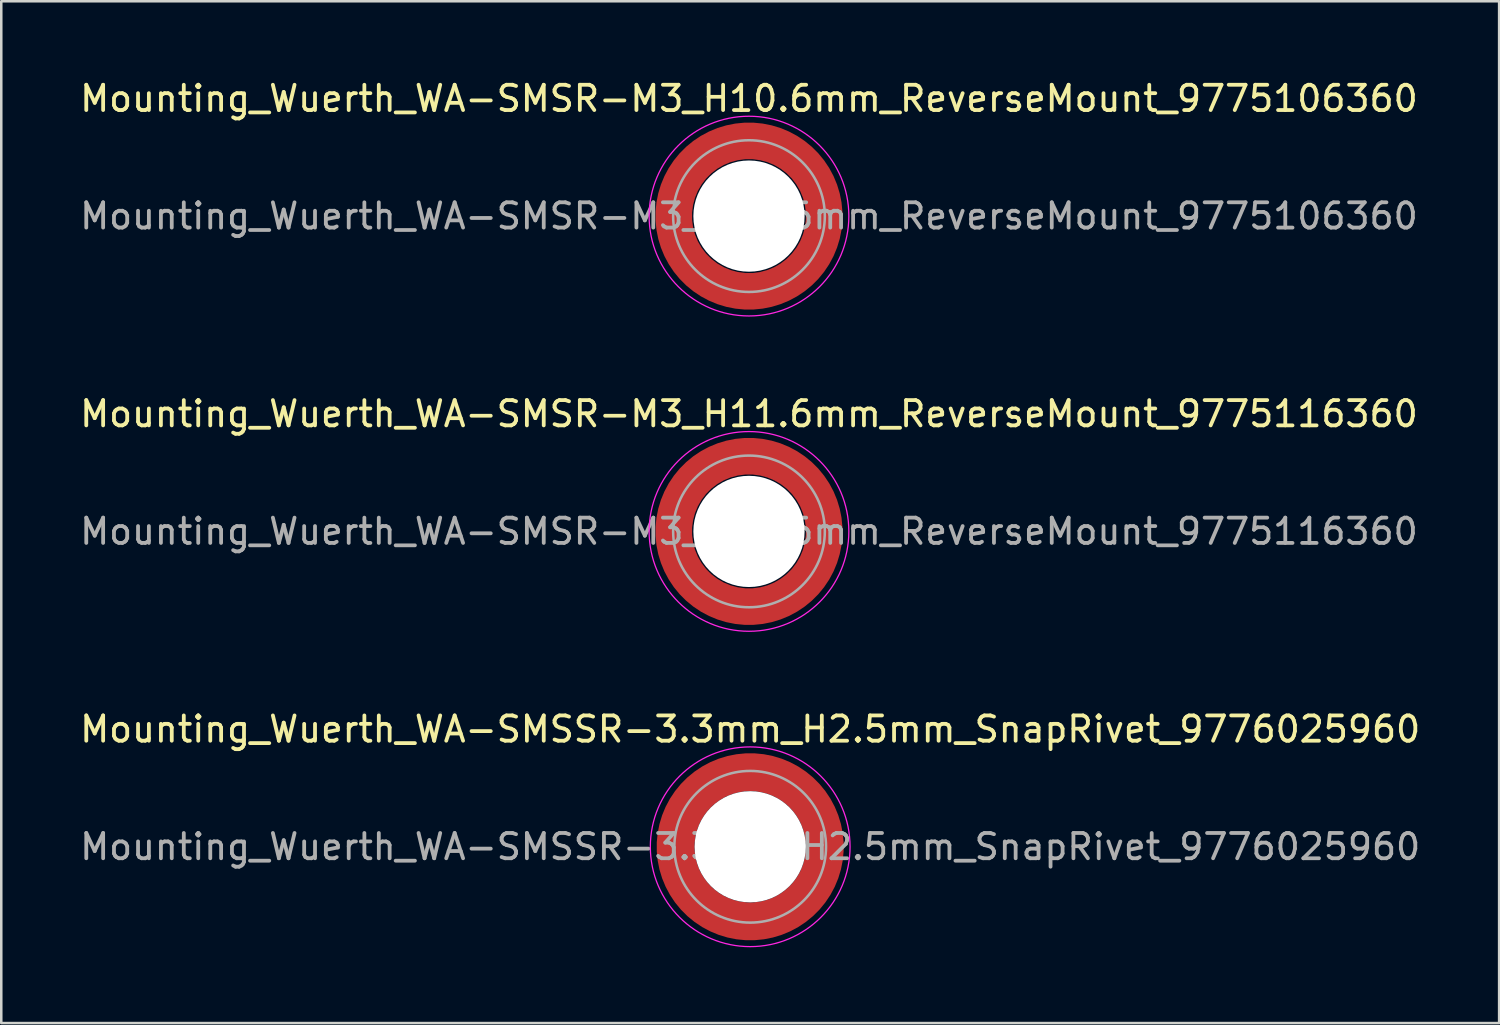
<source format=kicad_pcb>
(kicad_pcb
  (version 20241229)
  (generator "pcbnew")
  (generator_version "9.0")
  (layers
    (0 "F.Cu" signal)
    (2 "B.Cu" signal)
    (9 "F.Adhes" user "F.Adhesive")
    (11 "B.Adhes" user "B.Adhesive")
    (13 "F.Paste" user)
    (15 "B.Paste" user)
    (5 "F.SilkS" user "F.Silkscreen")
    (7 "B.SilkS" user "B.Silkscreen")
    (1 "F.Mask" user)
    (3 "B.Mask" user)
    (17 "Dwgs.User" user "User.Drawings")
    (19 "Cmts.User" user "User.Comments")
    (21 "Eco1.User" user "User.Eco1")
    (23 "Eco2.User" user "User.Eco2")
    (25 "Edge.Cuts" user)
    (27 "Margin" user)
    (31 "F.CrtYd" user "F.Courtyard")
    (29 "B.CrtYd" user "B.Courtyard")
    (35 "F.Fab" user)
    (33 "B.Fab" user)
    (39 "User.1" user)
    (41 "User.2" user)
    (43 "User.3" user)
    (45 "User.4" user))
  (footprint "Mounting_Wuerth_WA-SMSSR-3.3mm_H2.5mm_SnapRivet_9776025960"
    (layer "F.Cu")
    (at 26.625 30.445)
    (property "Reference" "Mounting_Wuerth_WA-SMSSR-3.3mm_H2.5mm_SnapRivet_9776025960" (at 0 -4.65 0) (layer "F.SilkS") (effects (font (size 1 1) (thickness 0.15))))
    (attr smd)
    (fp_circle (center 0 0) (end 3.95 0) (stroke (width 0.05) (type solid)) (fill no) (layer "F.CrtYd"))
    (fp_circle (center 0 0) (end 3 0) (stroke (width 0.1) (type solid)) (fill no) (layer "F.Fab"))
    (fp_text user "${REFERENCE}" (at 0 0 0) (layer "F.Fab") (effects (font (size 1 1) (thickness 0.15))))
    (pad "" smd custom (at -2.077 -2.077) (size 0.995 0.995) (layers "F.Paste") (options (anchor circle)) (primitives (gr_arc (start -0.208831 1.577126) (mid 0.422144 0.422848) (end 1.576154 -0.208618) (width 0.2)) (gr_arc (start -0.310669 1.577126) (mid 0.35138 0.35278) (end 1.575188 -0.310262) (width 0.2)) (gr_arc (start -0.412325 1.577126) (mid 0.280305 0.283024) (end 1.573357 -0.411565) (width 0.2)) (gr_arc (start -0.51382 1.577126) (mid 0.210358 0.212139) (end 1.574653 -0.513342) (width 0.2)) (gr_arc (start -0.615172 1.577126) (mid 0.139846 0.141818) (end 1.574384 -0.614661) (width 0.2)) (gr_arc (start -0.716397 1.577126) (mid 0.070334 0.070498) (end 1.576898 -0.716356) (width 0.2)) (gr_arc (start -0.817508 1.577126) (mid -0.001805 0.001807) (end 1.572094 -0.816633) (width 0.2)) (gr_arc (start -0.918517 1.577126) (mid -0.071322 -0.06951) (end 1.574599 -0.918094) (width 0.2)) (gr_arc (start -1.019433 1.577126) (mid -0.141902 -0.139762) (end 1.574138 -1.018949) (width 0.2)) (gr_arc (start -1.120266 1.577126) (mid -0.211736 -0.210761) (end 1.575763 -1.120053) (width 0.2)) (gr_arc (start -1.221022 1.577126) (mid -0.282882 -0.280446) (end 1.57372 -1.220505) (width 0.2)) (gr_arc (start -1.32171 1.577126) (mid -0.353407 -0.350753) (end 1.573414 -1.321162) (width 0.2)) (gr_arc (start -1.422335 1.577126) (mid -0.423311 -0.421682) (end 1.574846 -1.422009) (width 0.2)) (gr_line (start 1.577 -0.209) (end 1.577 -1.422) (width 0.2)) (gr_line (start -0.209 1.577) (end -1.422 1.577) (width 0.2))))
    (pad "" smd custom (at -2.077 2.077) (size 0.995 0.995) (layers "F.Paste") (options (anchor circle)) (primitives (gr_arc (start 1.577126 0.208831) (mid 0.422848 -0.422144) (end -0.208618 -1.576154) (width 0.2)) (gr_arc (start 1.577126 0.310669) (mid 0.35278 -0.35138) (end -0.310262 -1.575188) (width 0.2)) (gr_arc (start 1.577126 0.412325) (mid 0.283024 -0.280305) (end -0.411565 -1.573357) (width 0.2)) (gr_arc (start 1.577126 0.51382) (mid 0.212139 -0.210358) (end -0.513342 -1.574653) (width 0.2)) (gr_arc (start 1.577126 0.615172) (mid 0.141818 -0.139846) (end -0.614661 -1.574384) (width 0.2)) (gr_arc (start 1.577126 0.716397) (mid 0.070498 -0.070334) (end -0.716356 -1.576898) (width 0.2)) (gr_arc (start 1.577126 0.817508) (mid 0.001807 0.001805) (end -0.816633 -1.572094) (width 0.2)) (gr_arc (start 1.577126 0.918517) (mid -0.06951 0.071322) (end -0.918094 -1.574599) (width 0.2)) (gr_arc (start 1.577126 1.019433) (mid -0.139762 0.141902) (end -1.018949 -1.574138) (width 0.2)) (gr_arc (start 1.577126 1.120266) (mid -0.210761 0.211736) (end -1.120053 -1.575763) (width 0.2)) (gr_arc (start 1.577126 1.221022) (mid -0.280446 0.282882) (end -1.220505 -1.57372) (width 0.2)) (gr_arc (start 1.577126 1.32171) (mid -0.350753 0.353407) (end -1.321162 -1.573414) (width 0.2)) (gr_arc (start 1.577126 1.422335) (mid -0.421682 0.423311) (end -1.422009 -1.574846) (width 0.2)) (gr_line (start -0.209 -1.577) (end -1.422 -1.577) (width 0.2)) (gr_line (start 1.577 0.209) (end 1.577 1.422) (width 0.2))))
    (pad "" np_thru_hole circle (at 0 0) (size 4.4 4.4) (drill 4.4) (layers "*.Cu" "*.Mask"))
    (pad "" smd custom (at 2.077 -2.077) (size 0.995 0.995) (layers "F.Paste") (options (anchor circle)) (primitives (gr_arc (start -1.577126 -0.208831) (mid -0.422848 0.422144) (end 0.208618 1.576154) (width 0.2)) (gr_arc (start -1.577126 -0.310669) (mid -0.35278 0.35138) (end 0.310262 1.575188) (width 0.2)) (gr_arc (start -1.577126 -0.412325) (mid -0.283024 0.280305) (end 0.411565 1.573357) (width 0.2)) (gr_arc (start -1.577126 -0.51382) (mid -0.212139 0.210358) (end 0.513342 1.574653) (width 0.2)) (gr_arc (start -1.577126 -0.615172) (mid -0.141818 0.139846) (end 0.614661 1.574384) (width 0.2)) (gr_arc (start -1.577126 -0.716397) (mid -0.070498 0.070334) (end 0.716356 1.576898) (width 0.2)) (gr_arc (start -1.577126 -0.817508) (mid -0.001807 -0.001805) (end 0.816633 1.572094) (width 0.2)) (gr_arc (start -1.577126 -0.918517) (mid 0.06951 -0.071322) (end 0.918094 1.574599) (width 0.2)) (gr_arc (start -1.577126 -1.019433) (mid 0.139762 -0.141902) (end 1.018949 1.574138) (width 0.2)) (gr_arc (start -1.577126 -1.120266) (mid 0.210761 -0.211736) (end 1.120053 1.575763) (width 0.2)) (gr_arc (start -1.577126 -1.221022) (mid 0.280446 -0.282882) (end 1.220505 1.57372) (width 0.2)) (gr_arc (start -1.577126 -1.32171) (mid 0.350753 -0.353407) (end 1.321162 1.573414) (width 0.2)) (gr_arc (start -1.577126 -1.422335) (mid 0.421682 -0.423311) (end 1.422009 1.574846) (width 0.2)) (gr_line (start 0.209 1.577) (end 1.422 1.577) (width 0.2)) (gr_line (start -1.577 -0.209) (end -1.577 -1.422) (width 0.2))))
    (pad "" smd custom (at 2.077 2.077) (size 0.995 0.995) (layers "F.Paste") (options (anchor circle)) (primitives (gr_arc (start 0.208831 -1.577126) (mid -0.422144 -0.422848) (end -1.576154 0.208618) (width 0.2)) (gr_arc (start 0.310669 -1.577126) (mid -0.35138 -0.35278) (end -1.575188 0.310262) (width 0.2)) (gr_arc (start 0.412325 -1.577126) (mid -0.280305 -0.283024) (end -1.573357 0.411565) (width 0.2)) (gr_arc (start 0.51382 -1.577126) (mid -0.210358 -0.212139) (end -1.574653 0.513342) (width 0.2)) (gr_arc (start 0.615172 -1.577126) (mid -0.139846 -0.141818) (end -1.574384 0.614661) (width 0.2)) (gr_arc (start 0.716397 -1.577126) (mid -0.070334 -0.070498) (end -1.576898 0.716356) (width 0.2)) (gr_arc (start 0.817508 -1.577126) (mid 0.001805 -0.001807) (end -1.572094 0.816633) (width 0.2)) (gr_arc (start 0.918517 -1.577126) (mid 0.071322 0.06951) (end -1.574599 0.918094) (width 0.2)) (gr_arc (start 1.019433 -1.577126) (mid 0.141902 0.139762) (end -1.574138 1.018949) (width 0.2)) (gr_arc (start 1.120266 -1.577126) (mid 0.211736 0.210761) (end -1.575763 1.120053) (width 0.2)) (gr_arc (start 1.221022 -1.577126) (mid 0.282882 0.280446) (end -1.57372 1.220505) (width 0.2)) (gr_arc (start 1.32171 -1.577126) (mid 0.353407 0.350753) (end -1.573414 1.321162) (width 0.2)) (gr_arc (start 1.422335 -1.577126) (mid 0.423311 0.421682) (end -1.574846 1.422009) (width 0.2)) (gr_line (start -1.577 0.209) (end -1.577 1.422) (width 0.2)) (gr_line (start 0.209 -1.577) (end 1.422 -1.577) (width 0.2))))
    (pad "1" smd circle (at -2.95 0) (size 1.1 1.1) (layers "F.Cu"))
    (pad "1" smd circle (at 0 -2.95) (size 1.1 1.1) (layers "F.Cu"))
    (pad "1" smd circle (at 0 2.95) (size 1.1 1.1) (layers "F.Cu"))
    (pad "1" smd custom (at 2.95 0) (size 1.1 1.1) (layers "F.Cu" "F.Mask") (options (anchor circle)) (primitives (gr_circle (center -2.95 0) (end 0 0) (width 1.5) (fill no)))))
  (footprint "Mounting_Wuerth_WA-SMSR-M3_H10.6mm_ReverseMount_9775106360"
    (layer "F.Cu")
    (at 26.577 5.498)
    (property "Reference" "Mounting_Wuerth_WA-SMSR-M3_H10.6mm_ReverseMount_9775106360" (at 0 -4.65 0) (layer "F.SilkS") (effects (font (size 1 1) (thickness 0.15))))
    (attr smd)
    (fp_circle (center 0 0) (end 3.95 0) (stroke (width 0.05) (type solid)) (fill no) (layer "F.CrtYd"))
    (fp_circle (center 0 0) (end 3 0) (stroke (width 0.1) (type solid)) (fill no) (layer "F.Fab"))
    (fp_text user "${REFERENCE}" (at 0 0 0) (layer "F.Fab") (effects (font (size 1 1) (thickness 0.15))))
    (pad "" smd custom (at -2.095 -2.095) (size 0.945 0.945) (layers "F.Paste") (options (anchor circle)) (primitives (gr_arc (start -0.24231 1.594804) (mid 0.404104 0.405534) (end 1.592827 -0.241886) (width 0.2)) (gr_arc (start -0.3398 1.594804) (mid 0.335987 0.338711) (end 1.591031 -0.339022) (width 0.2)) (gr_arc (start -0.437132 1.594804) (mid 0.268952 0.270807) (end 1.592231 -0.436623) (width 0.2)) (gr_arc (start -0.534324 1.594804) (mid 0.201345 0.203474) (end 1.591846 -0.53376) (width 0.2)) (gr_arc (start -0.631391 1.594804) (mid 0.134696 0.135183) (end 1.594126 -0.631267) (width 0.2)) (gr_arc (start -0.728345 1.594804) (mid 0.067234 0.067705) (end 1.594149 -0.728229) (width 0.2)) (gr_arc (start -0.825197 1.594804) (mid -0.001218 0.001219) (end 1.591408 -0.824614) (width 0.2)) (gr_arc (start -0.921958 1.594804) (mid -0.068952 -0.065985) (end 1.590665 -0.921269) (width 0.2)) (gr_arc (start -1.018637 1.594804) (mid -0.135972 -0.133906) (end 1.59192 -1.018172) (width 0.2)) (gr_arc (start -1.115239 1.594804) (mid -0.20428 -0.200537) (end 1.589574 -1.11442) (width 0.2)) (gr_arc (start -1.211773 1.594804) (mid -0.26993 -0.269828) (end 1.594662 -1.211752) (width 0.2)) (gr_arc (start -1.308244 1.594804) (mid -0.33911 -0.335587) (end 1.589875 -1.307516) (width 0.2)) (gr_arc (start -1.404657 1.594804) (mid -0.405633 -0.404004) (end 1.592524 -1.404331) (width 0.2)) (gr_arc (start -1.404657 1.594804) (mid -0.405633 -0.404004) (end 1.592524 -1.404331) (width 0.2)) (gr_line (start 1.595 -0.242) (end 1.595 -1.405) (width 0.2)) (gr_line (start -0.242 1.595) (end -1.405 1.595) (width 0.2))))
    (pad "" smd custom (at -2.095 2.095) (size 0.945 0.945) (layers "F.Paste") (options (anchor circle)) (primitives (gr_arc (start 1.594804 0.24231) (mid 0.405534 -0.404104) (end -0.241886 -1.592827) (width 0.2)) (gr_arc (start 1.594804 0.3398) (mid 0.338711 -0.335987) (end -0.339022 -1.591031) (width 0.2)) (gr_arc (start 1.594804 0.437132) (mid 0.270807 -0.268952) (end -0.436623 -1.592231) (width 0.2)) (gr_arc (start 1.594804 0.534324) (mid 0.203474 -0.201345) (end -0.53376 -1.591846) (width 0.2)) (gr_arc (start 1.594804 0.631391) (mid 0.135183 -0.134696) (end -0.631267 -1.594126) (width 0.2)) (gr_arc (start 1.594804 0.728345) (mid 0.067705 -0.067234) (end -0.728229 -1.594149) (width 0.2)) (gr_arc (start 1.594804 0.825197) (mid 0.001219 0.001218) (end -0.824614 -1.591408) (width 0.2)) (gr_arc (start 1.594804 0.921958) (mid -0.065985 0.068952) (end -0.921269 -1.590665) (width 0.2)) (gr_arc (start 1.594804 1.018637) (mid -0.133906 0.135972) (end -1.018172 -1.59192) (width 0.2)) (gr_arc (start 1.594804 1.115239) (mid -0.200537 0.20428) (end -1.11442 -1.589574) (width 0.2)) (gr_arc (start 1.594804 1.211773) (mid -0.269828 0.26993) (end -1.211752 -1.594662) (width 0.2)) (gr_arc (start 1.594804 1.308244) (mid -0.335587 0.33911) (end -1.307516 -1.589875) (width 0.2)) (gr_arc (start 1.594804 1.404657) (mid -0.404004 0.405633) (end -1.404331 -1.592524) (width 0.2)) (gr_arc (start 1.594804 1.404657) (mid -0.404004 0.405633) (end -1.404331 -1.592524) (width 0.2)) (gr_line (start -0.242 -1.595) (end -1.405 -1.595) (width 0.2)) (gr_line (start 1.595 0.242) (end 1.595 1.405) (width 0.2))))
    (pad "" np_thru_hole circle (at 0 0) (size 4.4 4.4) (drill 4.4) (layers "*.Cu" "*.Mask"))
    (pad "" smd custom (at 2.095 -2.095) (size 0.945 0.945) (layers "F.Paste") (options (anchor circle)) (primitives (gr_arc (start -1.594804 -0.24231) (mid -0.405534 0.404104) (end 0.241886 1.592827) (width 0.2)) (gr_arc (start -1.594804 -0.3398) (mid -0.338711 0.335987) (end 0.339022 1.591031) (width 0.2)) (gr_arc (start -1.594804 -0.437132) (mid -0.270807 0.268952) (end 0.436623 1.592231) (width 0.2)) (gr_arc (start -1.594804 -0.534324) (mid -0.203474 0.201345) (end 0.53376 1.591846) (width 0.2)) (gr_arc (start -1.594804 -0.631391) (mid -0.135183 0.134696) (end 0.631267 1.594126) (width 0.2)) (gr_arc (start -1.594804 -0.728345) (mid -0.067705 0.067234) (end 0.728229 1.594149) (width 0.2)) (gr_arc (start -1.594804 -0.825197) (mid -0.001219 -0.001218) (end 0.824614 1.591408) (width 0.2)) (gr_arc (start -1.594804 -0.921958) (mid 0.065985 -0.068952) (end 0.921269 1.590665) (width 0.2)) (gr_arc (start -1.594804 -1.018637) (mid 0.133906 -0.135972) (end 1.018172 1.59192) (width 0.2)) (gr_arc (start -1.594804 -1.115239) (mid 0.200537 -0.20428) (end 1.11442 1.589574) (width 0.2)) (gr_arc (start -1.594804 -1.211773) (mid 0.269828 -0.26993) (end 1.211752 1.594662) (width 0.2)) (gr_arc (start -1.594804 -1.308244) (mid 0.335587 -0.33911) (end 1.307516 1.589875) (width 0.2)) (gr_arc (start -1.594804 -1.404657) (mid 0.404004 -0.405633) (end 1.404331 1.592524) (width 0.2)) (gr_arc (start -1.594804 -1.404657) (mid 0.404004 -0.405633) (end 1.404331 1.592524) (width 0.2)) (gr_line (start 0.242 1.595) (end 1.405 1.595) (width 0.2)) (gr_line (start -1.595 -0.242) (end -1.595 -1.405) (width 0.2))))
    (pad "" smd custom (at 2.095 2.095) (size 0.945 0.945) (layers "F.Paste") (options (anchor circle)) (primitives (gr_arc (start 0.24231 -1.594804) (mid -0.404104 -0.405534) (end -1.592827 0.241886) (width 0.2)) (gr_arc (start 0.3398 -1.594804) (mid -0.335987 -0.338711) (end -1.591031 0.339022) (width 0.2)) (gr_arc (start 0.437132 -1.594804) (mid -0.268952 -0.270807) (end -1.592231 0.436623) (width 0.2)) (gr_arc (start 0.534324 -1.594804) (mid -0.201345 -0.203474) (end -1.591846 0.53376) (width 0.2)) (gr_arc (start 0.631391 -1.594804) (mid -0.134696 -0.135183) (end -1.594126 0.631267) (width 0.2)) (gr_arc (start 0.728345 -1.594804) (mid -0.067234 -0.067705) (end -1.594149 0.728229) (width 0.2)) (gr_arc (start 0.825197 -1.594804) (mid 0.001218 -0.001219) (end -1.591408 0.824614) (width 0.2)) (gr_arc (start 0.921958 -1.594804) (mid 0.068952 0.065985) (end -1.590665 0.921269) (width 0.2)) (gr_arc (start 1.018637 -1.594804) (mid 0.135972 0.133906) (end -1.59192 1.018172) (width 0.2)) (gr_arc (start 1.115239 -1.594804) (mid 0.20428 0.200537) (end -1.589574 1.11442) (width 0.2)) (gr_arc (start 1.211773 -1.594804) (mid 0.26993 0.269828) (end -1.594662 1.211752) (width 0.2)) (gr_arc (start 1.308244 -1.594804) (mid 0.33911 0.335587) (end -1.589875 1.307516) (width 0.2)) (gr_arc (start 1.404657 -1.594804) (mid 0.405633 0.404004) (end -1.592524 1.404331) (width 0.2)) (gr_arc (start 1.404657 -1.594804) (mid 0.405633 0.404004) (end -1.592524 1.404331) (width 0.2)) (gr_line (start -1.595 0.242) (end -1.595 1.405) (width 0.2)) (gr_line (start 0.242 -1.595) (end 1.405 -1.595) (width 0.2))))
    (pad "1" smd circle (at -2.975 0) (size 1.05 1.05) (layers "F.Cu"))
    (pad "1" smd circle (at 0 -2.975) (size 1.05 1.05) (layers "F.Cu"))
    (pad "1" smd circle (at 0 2.975) (size 1.05 1.05) (layers "F.Cu"))
    (pad "1" smd custom (at 2.975 0) (size 1.05 1.05) (layers "F.Cu" "F.Mask") (options (anchor circle)) (primitives (gr_circle (center -2.975 0) (end 0 0) (width 1.45) (fill no)))))
  (footprint "Mounting_Wuerth_WA-SMSR-M3_H11.6mm_ReverseMount_9775116360"
    (layer "F.Cu")
    (at 26.577 17.971)
    (property "Reference" "Mounting_Wuerth_WA-SMSR-M3_H11.6mm_ReverseMount_9775116360" (at 0 -4.65 0) (layer "F.SilkS") (effects (font (size 1 1) (thickness 0.15))))
    (attr smd)
    (fp_circle (center 0 0) (end 3.95 0) (stroke (width 0.05) (type solid)) (fill no) (layer "F.CrtYd"))
    (fp_circle (center 0 0) (end 3 0) (stroke (width 0.1) (type solid)) (fill no) (layer "F.Fab"))
    (fp_text user "${REFERENCE}" (at 0 0 0) (layer "F.Fab") (effects (font (size 1 1) (thickness 0.15))))
    (pad "" smd custom (at -2.095 -2.095) (size 0.945 0.945) (layers "F.Paste") (options (anchor circle)) (primitives (gr_arc (start -0.24231 1.594804) (mid 0.404104 0.405534) (end 1.592827 -0.241886) (width 0.2)) (gr_arc (start -0.3398 1.594804) (mid 0.335987 0.338711) (end 1.591031 -0.339022) (width 0.2)) (gr_arc (start -0.437132 1.594804) (mid 0.268952 0.270807) (end 1.592231 -0.436623) (width 0.2)) (gr_arc (start -0.534324 1.594804) (mid 0.201345 0.203474) (end 1.591846 -0.53376) (width 0.2)) (gr_arc (start -0.631391 1.594804) (mid 0.134696 0.135183) (end 1.594126 -0.631267) (width 0.2)) (gr_arc (start -0.728345 1.594804) (mid 0.067234 0.067705) (end 1.594149 -0.728229) (width 0.2)) (gr_arc (start -0.825197 1.594804) (mid -0.001218 0.001219) (end 1.591408 -0.824614) (width 0.2)) (gr_arc (start -0.921958 1.594804) (mid -0.068952 -0.065985) (end 1.590665 -0.921269) (width 0.2)) (gr_arc (start -1.018637 1.594804) (mid -0.135972 -0.133906) (end 1.59192 -1.018172) (width 0.2)) (gr_arc (start -1.115239 1.594804) (mid -0.20428 -0.200537) (end 1.589574 -1.11442) (width 0.2)) (gr_arc (start -1.211773 1.594804) (mid -0.26993 -0.269828) (end 1.594662 -1.211752) (width 0.2)) (gr_arc (start -1.308244 1.594804) (mid -0.33911 -0.335587) (end 1.589875 -1.307516) (width 0.2)) (gr_arc (start -1.404657 1.594804) (mid -0.405633 -0.404004) (end 1.592524 -1.404331) (width 0.2)) (gr_arc (start -1.404657 1.594804) (mid -0.405633 -0.404004) (end 1.592524 -1.404331) (width 0.2)) (gr_line (start 1.595 -0.242) (end 1.595 -1.405) (width 0.2)) (gr_line (start -0.242 1.595) (end -1.405 1.595) (width 0.2))))
    (pad "" smd custom (at -2.095 2.095) (size 0.945 0.945) (layers "F.Paste") (options (anchor circle)) (primitives (gr_arc (start 1.594804 0.24231) (mid 0.405534 -0.404104) (end -0.241886 -1.592827) (width 0.2)) (gr_arc (start 1.594804 0.3398) (mid 0.338711 -0.335987) (end -0.339022 -1.591031) (width 0.2)) (gr_arc (start 1.594804 0.437132) (mid 0.270807 -0.268952) (end -0.436623 -1.592231) (width 0.2)) (gr_arc (start 1.594804 0.534324) (mid 0.203474 -0.201345) (end -0.53376 -1.591846) (width 0.2)) (gr_arc (start 1.594804 0.631391) (mid 0.135183 -0.134696) (end -0.631267 -1.594126) (width 0.2)) (gr_arc (start 1.594804 0.728345) (mid 0.067705 -0.067234) (end -0.728229 -1.594149) (width 0.2)) (gr_arc (start 1.594804 0.825197) (mid 0.001219 0.001218) (end -0.824614 -1.591408) (width 0.2)) (gr_arc (start 1.594804 0.921958) (mid -0.065985 0.068952) (end -0.921269 -1.590665) (width 0.2)) (gr_arc (start 1.594804 1.018637) (mid -0.133906 0.135972) (end -1.018172 -1.59192) (width 0.2)) (gr_arc (start 1.594804 1.115239) (mid -0.200537 0.20428) (end -1.11442 -1.589574) (width 0.2)) (gr_arc (start 1.594804 1.211773) (mid -0.269828 0.26993) (end -1.211752 -1.594662) (width 0.2)) (gr_arc (start 1.594804 1.308244) (mid -0.335587 0.33911) (end -1.307516 -1.589875) (width 0.2)) (gr_arc (start 1.594804 1.404657) (mid -0.404004 0.405633) (end -1.404331 -1.592524) (width 0.2)) (gr_arc (start 1.594804 1.404657) (mid -0.404004 0.405633) (end -1.404331 -1.592524) (width 0.2)) (gr_line (start -0.242 -1.595) (end -1.405 -1.595) (width 0.2)) (gr_line (start 1.595 0.242) (end 1.595 1.405) (width 0.2))))
    (pad "" np_thru_hole circle (at 0 0) (size 4.4 4.4) (drill 4.4) (layers "*.Cu" "*.Mask"))
    (pad "" smd custom (at 2.095 -2.095) (size 0.945 0.945) (layers "F.Paste") (options (anchor circle)) (primitives (gr_arc (start -1.594804 -0.24231) (mid -0.405534 0.404104) (end 0.241886 1.592827) (width 0.2)) (gr_arc (start -1.594804 -0.3398) (mid -0.338711 0.335987) (end 0.339022 1.591031) (width 0.2)) (gr_arc (start -1.594804 -0.437132) (mid -0.270807 0.268952) (end 0.436623 1.592231) (width 0.2)) (gr_arc (start -1.594804 -0.534324) (mid -0.203474 0.201345) (end 0.53376 1.591846) (width 0.2)) (gr_arc (start -1.594804 -0.631391) (mid -0.135183 0.134696) (end 0.631267 1.594126) (width 0.2)) (gr_arc (start -1.594804 -0.728345) (mid -0.067705 0.067234) (end 0.728229 1.594149) (width 0.2)) (gr_arc (start -1.594804 -0.825197) (mid -0.001219 -0.001218) (end 0.824614 1.591408) (width 0.2)) (gr_arc (start -1.594804 -0.921958) (mid 0.065985 -0.068952) (end 0.921269 1.590665) (width 0.2)) (gr_arc (start -1.594804 -1.018637) (mid 0.133906 -0.135972) (end 1.018172 1.59192) (width 0.2)) (gr_arc (start -1.594804 -1.115239) (mid 0.200537 -0.20428) (end 1.11442 1.589574) (width 0.2)) (gr_arc (start -1.594804 -1.211773) (mid 0.269828 -0.26993) (end 1.211752 1.594662) (width 0.2)) (gr_arc (start -1.594804 -1.308244) (mid 0.335587 -0.33911) (end 1.307516 1.589875) (width 0.2)) (gr_arc (start -1.594804 -1.404657) (mid 0.404004 -0.405633) (end 1.404331 1.592524) (width 0.2)) (gr_arc (start -1.594804 -1.404657) (mid 0.404004 -0.405633) (end 1.404331 1.592524) (width 0.2)) (gr_line (start 0.242 1.595) (end 1.405 1.595) (width 0.2)) (gr_line (start -1.595 -0.242) (end -1.595 -1.405) (width 0.2))))
    (pad "" smd custom (at 2.095 2.095) (size 0.945 0.945) (layers "F.Paste") (options (anchor circle)) (primitives (gr_arc (start 0.24231 -1.594804) (mid -0.404104 -0.405534) (end -1.592827 0.241886) (width 0.2)) (gr_arc (start 0.3398 -1.594804) (mid -0.335987 -0.338711) (end -1.591031 0.339022) (width 0.2)) (gr_arc (start 0.437132 -1.594804) (mid -0.268952 -0.270807) (end -1.592231 0.436623) (width 0.2)) (gr_arc (start 0.534324 -1.594804) (mid -0.201345 -0.203474) (end -1.591846 0.53376) (width 0.2)) (gr_arc (start 0.631391 -1.594804) (mid -0.134696 -0.135183) (end -1.594126 0.631267) (width 0.2)) (gr_arc (start 0.728345 -1.594804) (mid -0.067234 -0.067705) (end -1.594149 0.728229) (width 0.2)) (gr_arc (start 0.825197 -1.594804) (mid 0.001218 -0.001219) (end -1.591408 0.824614) (width 0.2)) (gr_arc (start 0.921958 -1.594804) (mid 0.068952 0.065985) (end -1.590665 0.921269) (width 0.2)) (gr_arc (start 1.018637 -1.594804) (mid 0.135972 0.133906) (end -1.59192 1.018172) (width 0.2)) (gr_arc (start 1.115239 -1.594804) (mid 0.20428 0.200537) (end -1.589574 1.11442) (width 0.2)) (gr_arc (start 1.211773 -1.594804) (mid 0.26993 0.269828) (end -1.594662 1.211752) (width 0.2)) (gr_arc (start 1.308244 -1.594804) (mid 0.33911 0.335587) (end -1.589875 1.307516) (width 0.2)) (gr_arc (start 1.404657 -1.594804) (mid 0.405633 0.404004) (end -1.592524 1.404331) (width 0.2)) (gr_arc (start 1.404657 -1.594804) (mid 0.405633 0.404004) (end -1.592524 1.404331) (width 0.2)) (gr_line (start -1.595 0.242) (end -1.595 1.405) (width 0.2)) (gr_line (start 0.242 -1.595) (end 1.405 -1.595) (width 0.2))))
    (pad "1" smd circle (at -2.975 0) (size 1.05 1.05) (layers "F.Cu"))
    (pad "1" smd circle (at 0 -2.975) (size 1.05 1.05) (layers "F.Cu"))
    (pad "1" smd circle (at 0 2.975) (size 1.05 1.05) (layers "F.Cu"))
    (pad "1" smd custom (at 2.975 0) (size 1.05 1.05) (layers "F.Cu" "F.Mask") (options (anchor circle)) (primitives (gr_circle (center -2.975 0) (end 0 0) (width 1.45) (fill no)))))
  (gr_rect
    (start -3 -3)
    (end 56.25 37.42)
    (stroke (width 0.1) (type default))
    (fill no)
    (layer "Edge.Cuts")))
</source>
